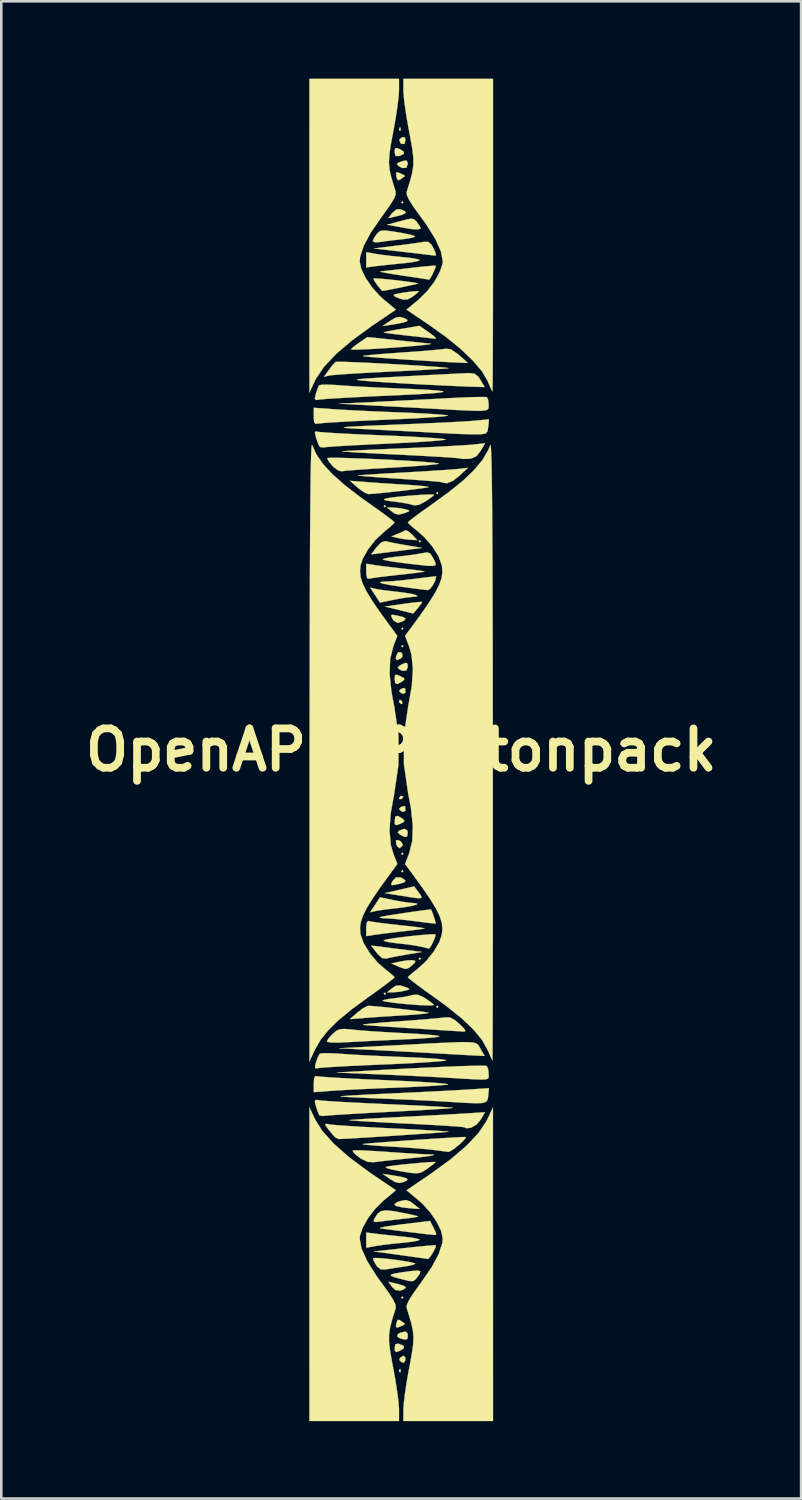
<source format=kicad_pcb>
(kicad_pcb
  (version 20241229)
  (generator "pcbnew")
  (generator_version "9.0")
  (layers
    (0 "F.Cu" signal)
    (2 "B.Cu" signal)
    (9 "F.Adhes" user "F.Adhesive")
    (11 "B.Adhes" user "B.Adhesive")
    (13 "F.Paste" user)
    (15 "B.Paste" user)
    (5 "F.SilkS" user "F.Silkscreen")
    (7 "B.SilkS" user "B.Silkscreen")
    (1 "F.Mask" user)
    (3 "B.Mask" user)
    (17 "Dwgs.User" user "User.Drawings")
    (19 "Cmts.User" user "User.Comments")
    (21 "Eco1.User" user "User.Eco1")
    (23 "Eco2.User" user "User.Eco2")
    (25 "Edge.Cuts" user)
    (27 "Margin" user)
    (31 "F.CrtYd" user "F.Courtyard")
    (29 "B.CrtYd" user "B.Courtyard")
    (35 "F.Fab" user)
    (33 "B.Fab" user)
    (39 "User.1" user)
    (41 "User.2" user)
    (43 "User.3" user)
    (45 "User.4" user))
  (footprint "OpenAPD_Photonpack"
    (layer "F.Cu")
    (at 12.49 25.998)
    (property "Reference" "OpenAPD_Photonpack" (at 0 0 0) (layer "F.SilkS") (effects (font (size 1.524 1.524) (thickness 0.3))))
    (attr through_hole)
    (fp_poly (pts (xy -0.593 -9.44) (xy -0.635 -9.398) (xy -0.677 -9.44) (xy -0.635 -9.483) (xy -0.593 -9.44)) (stroke (width 0.01) (type solid)) (fill yes) (layer "F.SilkS"))
    (fp_poly (pts (xy -0.593 9.44) (xy -0.635 9.483) (xy -0.677 9.44) (xy -0.635 9.398) (xy -0.593 9.44)) (stroke (width 0.01) (type solid)) (fill yes) (layer "F.SilkS"))
    (fp_poly (pts (xy 0.085 -21.209) (xy 0.042 -21.167) (xy 0 -21.209) (xy 0.042 -21.251) (xy 0.085 -21.209)) (stroke (width 0.01) (type solid)) (fill yes) (layer "F.SilkS"))
    (fp_poly (pts (xy 0.085 -4.699) (xy 0.042 -4.657) (xy 0 -4.699) (xy 0.042 -4.741) (xy 0.085 -4.699)) (stroke (width 0.01) (type solid)) (fill yes) (layer "F.SilkS"))
    (fp_poly (pts (xy 0.085 -4.022) (xy 0.042 -3.979) (xy 0 -4.022) (xy 0.042 -4.064) (xy 0.085 -4.022)) (stroke (width 0.01) (type solid)) (fill yes) (layer "F.SilkS"))
    (fp_poly (pts (xy 0.085 4.022) (xy 0.042 4.064) (xy 0 4.022) (xy 0.042 3.979) (xy 0.085 4.022)) (stroke (width 0.01) (type solid)) (fill yes) (layer "F.SilkS"))
    (fp_poly (pts (xy 0.085 4.699) (xy 0.042 4.741) (xy 0 4.699) (xy 0.042 4.657) (xy 0.085 4.699)) (stroke (width 0.01) (type solid)) (fill yes) (layer "F.SilkS"))
    (fp_poly (pts (xy 0.085 21.209) (xy 0.042 21.251) (xy 0 21.209) (xy 0.042 21.167) (xy 0.085 21.209)) (stroke (width 0.01) (type solid)) (fill yes) (layer "F.SilkS"))
    (fp_poly (pts (xy 0.762 -8.086) (xy 0.72 -8.043) (xy 0.677 -8.086) (xy 0.72 -8.128) (xy 0.762 -8.086)) (stroke (width 0.01) (type solid)) (fill yes) (layer "F.SilkS"))
    (fp_poly (pts (xy 0.762 8.086) (xy 0.72 8.128) (xy 0.677 8.086) (xy 0.72 8.043) (xy 0.762 8.086)) (stroke (width 0.01) (type solid)) (fill yes) (layer "F.SilkS"))
    (fp_poly (pts (xy 1.439 -9.948) (xy 1.397 -9.906) (xy 1.355 -9.948) (xy 1.397 -9.991) (xy 1.439 -9.948)) (stroke (width 0.01) (type solid)) (fill yes) (layer "F.SilkS"))
    (fp_poly (pts (xy 1.439 9.948) (xy 1.397 9.991) (xy 1.355 9.948) (xy 1.397 9.906) (xy 1.439 9.948)) (stroke (width 0.01) (type solid)) (fill yes) (layer "F.SilkS"))
    (fp_poly (pts (xy -0.028 -24.102) (xy -0.018 -24.001) (xy -0.028 -23.989) (xy -0.079 -24.001) (xy -0.085 -24.045) (xy -0.054 -24.115) (xy -0.028 -24.102)) (stroke (width 0.01) (type solid)) (fill yes) (layer "F.SilkS"))
    (fp_poly (pts (xy -0.028 23.989) (xy -0.018 24.089) (xy -0.028 24.102) (xy -0.079 24.09) (xy -0.085 24.045) (xy -0.054 23.976) (xy -0.028 23.989)) (stroke (width 0.01) (type solid)) (fill yes) (layer "F.SilkS"))
    (fp_poly (pts (xy 0.163 23.544) (xy 0.156 23.655) (xy 0.092 23.74) (xy 0.001 23.708) (xy -0.079 23.618) (xy -0.022 23.525) (xy 0.101 23.464) (xy 0.163 23.544)) (stroke (width 0.01) (type solid)) (fill yes) (layer "F.SilkS"))
    (fp_poly (pts (xy -0.119 20.687) (xy 0.115 20.758) (xy 0.181 20.829) (xy 0.08 20.901) (xy -0.042 20.942) (xy -0.226 20.92) (xy -0.354 20.795) (xy -0.496 20.6) (xy -0.119 20.687)) (stroke (width 0.01) (type solid)) (fill yes) (layer "F.SilkS"))
    (fp_poly (pts (xy -0.01 3.548) (xy 0.062 3.659) (xy 0.048 3.716) (xy -0.061 3.806) (xy -0.158 3.735) (xy -0.194 3.641) (xy -0.204 3.499) (xy -0.118 3.49) (xy -0.01 3.548)) (stroke (width 0.01) (type solid)) (fill yes) (layer "F.SilkS"))
    (fp_poly (pts (xy -0.007 -3.782) (xy 0.048 -3.716) (xy 0.04 -3.598) (xy -0.01 -3.548) (xy -0.163 -3.478) (xy -0.211 -3.537) (xy -0.194 -3.641) (xy -0.113 -3.79) (xy -0.007 -3.782)) (stroke (width 0.01) (type solid)) (fill yes) (layer "F.SilkS"))
    (fp_poly (pts (xy 0.025 -1.888) (xy 0.042 -1.863) (xy 0.036 -1.785) (xy 0.005 -1.778) (xy -0.081 -1.839) (xy -0.085 -1.863) (xy -0.056 -1.945) (xy -0.047 -1.947) (xy 0.025 -1.888)) (stroke (width 0.01) (type solid)) (fill yes) (layer "F.SilkS"))
    (fp_poly (pts (xy 0.082 1.807) (xy 0.085 1.815) (xy 0.025 1.888) (xy 0 1.905) (xy -0.078 1.898) (xy -0.085 1.868) (xy -0.023 1.781) (xy 0 1.778) (xy 0.082 1.807)) (stroke (width 0.01) (type solid)) (fill yes) (layer "F.SilkS"))
    (fp_poly (pts (xy 0.147 -23.724) (xy 0.169 -23.619) (xy 0.126 -23.474) (xy 0.02 -23.471) (xy -0.028 -23.509) (xy -0.079 -23.635) (xy 0.034 -23.734) (xy 0.042 -23.737) (xy 0.147 -23.724)) (stroke (width 0.01) (type solid)) (fill yes) (layer "F.SilkS"))
    (fp_poly (pts (xy 0.148 -20.867) (xy 0.172 -20.796) (xy 0.027 -20.725) (xy -0.119 -20.687) (xy -0.496 -20.6) (xy -0.354 -20.795) (xy -0.184 -20.94) (xy -0.042 -20.942) (xy 0.148 -20.867)) (stroke (width 0.01) (type solid)) (fill yes) (layer "F.SilkS"))
    (fp_poly (pts (xy 0.155 -2.368) (xy 0.162 -2.216) (xy 0.072 -2.173) (xy 0 -2.204) (xy -0.084 -2.282) (xy -0.016 -2.357) (xy 0 -2.368) (xy 0.124 -2.403) (xy 0.155 -2.368)) (stroke (width 0.01) (type solid)) (fill yes) (layer "F.SilkS"))
    (fp_poly (pts (xy 0.155 2.204) (xy 0.162 2.356) (xy 0.072 2.399) (xy 0 2.368) (xy -0.084 2.29) (xy -0.016 2.215) (xy 0 2.204) (xy 0.124 2.169) (xy 0.155 2.204)) (stroke (width 0.01) (type solid)) (fill yes) (layer "F.SilkS"))
    (fp_poly (pts (xy -0.083 23.005) (xy 0.094 23.081) (xy 0.103 23.172) (xy -0.045 23.269) (xy -0.196 23.322) (xy -0.249 23.267) (xy -0.254 23.162) (xy -0.225 23.016) (xy -0.114 22.998) (xy -0.083 23.005)) (stroke (width 0.01) (type solid)) (fill yes) (layer "F.SilkS"))
    (fp_poly (pts (xy -0.045 -23.269) (xy 0.107 -23.167) (xy 0.09 -23.077) (xy -0.083 -23.005) (xy -0.213 -23.005) (xy -0.253 -23.126) (xy -0.254 -23.162) (xy -0.238 -23.301) (xy -0.156 -23.314) (xy -0.045 -23.269)) (stroke (width 0.01) (type solid)) (fill yes) (layer "F.SilkS"))
    (fp_poly (pts (xy -0.035 -2.86) (xy 0.111 -2.782) (xy 0.115 -2.718) (xy 0.033 -2.65) (xy -0.143 -2.551) (xy -0.232 -2.59) (xy -0.254 -2.75) (xy -0.24 -2.893) (xy -0.163 -2.912) (xy -0.035 -2.86)) (stroke (width 0.01) (type solid)) (fill yes) (layer "F.SilkS"))
    (fp_poly (pts (xy 0.033 2.65) (xy 0.126 2.735) (xy 0.089 2.798) (xy -0.035 2.86) (xy -0.191 2.917) (xy -0.247 2.869) (xy -0.254 2.75) (xy -0.226 2.58) (xy -0.13 2.555) (xy 0.033 2.65)) (stroke (width 0.01) (type solid)) (fill yes) (layer "F.SilkS"))
    (fp_poly (pts (xy 0.233 3.115) (xy 0.254 3.217) (xy 0.228 3.355) (xy 0.129 3.368) (xy -0.031 3.29) (xy -0.134 3.205) (xy -0.089 3.134) (xy -0.074 3.124) (xy 0.118 3.052) (xy 0.233 3.115)) (stroke (width 0.01) (type solid)) (fill yes) (layer "F.SilkS"))
    (fp_poly (pts (xy 0.238 -3.351) (xy 0.254 -3.217) (xy 0.2 -3.076) (xy 0.053 -3.064) (xy -0.075 -3.125) (xy -0.136 -3.196) (xy -0.051 -3.274) (xy -0.017 -3.293) (xy 0.161 -3.374) (xy 0.238 -3.351)) (stroke (width 0.01) (type solid)) (fill yes) (layer "F.SilkS"))
    (fp_poly (pts (xy 0.253 -22.734) (xy 0.254 -22.696) (xy 0.201 -22.551) (xy 0.055 -22.537) (xy -0.082 -22.603) (xy -0.168 -22.681) (xy -0.117 -22.746) (xy 0.064 -22.813) (xy 0.208 -22.83) (xy 0.253 -22.734)) (stroke (width 0.01) (type solid)) (fill yes) (layer "F.SilkS"))
    (fp_poly (pts (xy 0.677 5.521) (xy 0.761 5.638) (xy 0.791 5.711) (xy 0.742 5.743) (xy 0.593 5.738) (xy 0.319 5.699) (xy -0.042 5.641) (xy -0.635 5.546) (xy 0.502 5.284) (xy 0.677 5.521)) (stroke (width 0.01) (type solid)) (fill yes) (layer "F.SilkS"))
    (fp_poly (pts (xy -0.581 -8.082) (xy -0.422 -8.044) (xy -0.153 -7.99) (xy 0.171 -7.932) (xy 0.19 -7.929) (xy 0.804 -7.825) (xy -1.163 -7.576) (xy -0.951 -7.854) (xy -0.77 -8.043) (xy -0.616 -8.09) (xy -0.581 -8.082)) (stroke (width 0.01) (type solid)) (fill yes) (layer "F.SilkS"))
    (fp_poly (pts (xy -0.339 16.477) (xy 0.011 16.537) (xy 0.203 16.591) (xy 0.25 16.645) (xy 0.163 16.707) (xy 0.102 16.732) (xy -0.08 16.775) (xy -0.247 16.732) (xy -0.428 16.62) (xy -0.72 16.419) (xy -0.339 16.477)) (stroke (width 0.01) (type solid)) (fill yes) (layer "F.SilkS"))
    (fp_poly (pts (xy -0.061 22.08) (xy -0.011 22.114) (xy 0.111 22.204) (xy 0.149 22.23) (xy 0.099 22.267) (xy -0.029 22.33) (xy -0.17 22.38) (xy -0.204 22.32) (xy -0.188 22.215) (xy -0.142 22.075) (xy -0.061 22.08)) (stroke (width 0.01) (type solid)) (fill yes) (layer "F.SilkS"))
    (fp_poly (pts (xy -0.029 -22.33) (xy 0.111 -22.26) (xy 0.149 -22.23) (xy 0.072 -22.177) (xy -0.011 -22.114) (xy -0.118 -22.061) (xy -0.172 -22.143) (xy -0.188 -22.215) (xy -0.201 -22.358) (xy -0.131 -22.373) (xy -0.029 -22.33)) (stroke (width 0.01) (type solid)) (fill yes) (layer "F.SilkS"))
    (fp_poly (pts (xy 0.102 -16.732) (xy 0.233 -16.666) (xy 0.236 -16.61) (xy 0.096 -16.557) (xy -0.196 -16.5) (xy -0.339 -16.477) (xy -0.72 -16.419) (xy -0.428 -16.62) (xy -0.216 -16.746) (xy -0.051 -16.773) (xy 0.102 -16.732)) (stroke (width 0.01) (type solid)) (fill yes) (layer "F.SilkS"))
    (fp_poly (pts (xy 0.242 22.589) (xy 0.254 22.691) (xy 0.24 22.811) (xy 0.166 22.841) (xy -0.019 22.802) (xy -0.021 22.802) (xy -0.155 22.723) (xy -0.128 22.625) (xy -0.035 22.573) (xy 0.157 22.526) (xy 0.242 22.589)) (stroke (width 0.01) (type solid)) (fill yes) (layer "F.SilkS"))
    (fp_poly (pts (xy 0.811 -5.736) (xy 0.777 -5.665) (xy 0.665 -5.52) (xy 0.649 -5.5) (xy 0.466 -5.285) (xy -0.635 -5.555) (xy 0.078 -5.656) (xy 0.403 -5.7) (xy 0.655 -5.728) (xy 0.795 -5.738) (xy 0.811 -5.736)) (stroke (width 0.01) (type solid)) (fill yes) (layer "F.SilkS"))
    (fp_poly (pts (xy -0.296 -9.387) (xy -0.029 -9.362) (xy 0.169 -9.321) (xy 0.304 -9.278) (xy 0.303 -9.241) (xy 0.156 -9.183) (xy 0.109 -9.166) (xy -0.103 -9.114) (xy -0.258 -9.158) (xy -0.357 -9.231) (xy -0.55 -9.392) (xy -0.296 -9.387)) (stroke (width 0.01) (type solid)) (fill yes) (layer "F.SilkS"))
    (fp_poly (pts (xy -0.179 7.701) (xy 0.804 7.825) (xy 0.19 7.929) (xy -0.135 7.987) (xy -0.409 8.041) (xy -0.576 8.08) (xy -0.581 8.082) (xy -0.733 8.066) (xy -0.906 7.911) (xy -0.951 7.854) (xy -1.163 7.576) (xy -0.179 7.701)) (stroke (width 0.01) (type solid)) (fill yes) (layer "F.SilkS"))
    (fp_poly (pts (xy -0.172 -5.209) (xy -0.156 -5.205) (xy 0.081 -5.145) (xy 0.168 -5.088) (xy 0.122 -5.019) (xy 0.082 -4.992) (xy -0.127 -4.917) (xy -0.285 -5) (xy -0.343 -5.088) (xy -0.394 -5.205) (xy -0.348 -5.238) (xy -0.172 -5.209)) (stroke (width 0.01) (type solid)) (fill yes) (layer "F.SilkS"))
    (fp_poly (pts (xy -0.018 4.94) (xy 0.082 4.992) (xy 0.167 5.068) (xy 0.125 5.127) (xy -0.061 5.184) (xy -0.156 5.205) (xy -0.341 5.238) (xy -0.394 5.209) (xy -0.349 5.099) (xy -0.343 5.088) (xy -0.202 4.934) (xy -0.018 4.94)) (stroke (width 0.01) (type solid)) (fill yes) (layer "F.SilkS"))
    (fp_poly (pts (xy 0.109 9.166) (xy 0.286 9.232) (xy 0.315 9.271) (xy 0.206 9.311) (xy 0.169 9.321) (xy -0.08 9.369) (xy -0.296 9.387) (xy -0.55 9.392) (xy -0.357 9.231) (xy -0.194 9.127) (xy -0.026 9.125) (xy 0.109 9.166)) (stroke (width 0.01) (type solid)) (fill yes) (layer "F.SilkS"))
    (fp_poly (pts (xy 0.261 -8.479) (xy 0.406 -8.357) (xy 0.426 -8.337) (xy 0.622 -8.128) (xy 0.375 -8.138) (xy 0.098 -8.167) (xy -0.127 -8.209) (xy -0.381 -8.27) (xy -0.136 -8.371) (xy 0.055 -8.453) (xy 0.169 -8.509) (xy 0.261 -8.479)) (stroke (width 0.01) (type solid)) (fill yes) (layer "F.SilkS"))
    (fp_poly (pts (xy 0.331 17.48) (xy 0.476 17.584) (xy 0.72 17.779) (xy 0.508 17.767) (xy 0.26 17.745) (xy 0.042 17.718) (xy -0.195 17.665) (xy -0.266 17.598) (xy -0.17 17.521) (xy -0.051 17.477) (xy 0.164 17.433) (xy 0.331 17.48)) (stroke (width 0.01) (type solid)) (fill yes) (layer "F.SilkS"))
    (fp_poly (pts (xy 0.452 8.146) (xy 0.547 8.174) (xy 0.525 8.239) (xy 0.41 8.35) (xy 0.267 8.462) (xy 0.141 8.481) (xy -0.046 8.416) (xy -0.085 8.4) (xy -0.381 8.271) (xy -0.042 8.196) (xy 0.214 8.154) (xy 0.42 8.143) (xy 0.452 8.146)) (stroke (width 0.01) (type solid)) (fill yes) (layer "F.SilkS"))
    (fp_poly (pts (xy -0.305 5.815) (xy 0.018 5.875) (xy 0.312 5.917) (xy 0.466 5.93) (xy 0.616 5.947) (xy 0.618 5.98) (xy 0.493 6.023) (xy 0.262 6.071) (xy -0.057 6.116) (xy -0.212 6.133) (xy -0.541 6.171) (xy -0.828 6.21) (xy -1.003 6.241) (xy -1.202 6.288) (xy -0.821 5.707) (xy -0.305 5.815)) (stroke (width 0.01) (type solid)) (fill yes) (layer "F.SilkS"))
    (fp_poly (pts (xy 0.677 -17.762) (xy 0.616 -17.694) (xy 0.466 -17.576) (xy 0.445 -17.56) (xy 0.256 -17.452) (xy 0.079 -17.445) (xy -0.076 -17.489) (xy -0.243 -17.562) (xy -0.297 -17.621) (xy -0.288 -17.631) (xy -0.171 -17.666) (xy 0.038 -17.706) (xy 0.282 -17.742) (xy 0.504 -17.766) (xy 0.65 -17.771) (xy 0.677 -17.762)) (stroke (width 0.01) (type solid)) (fill yes) (layer "F.SilkS"))
    (fp_poly (pts (xy 0.739 20.19) (xy 0.721 20.287) (xy 0.614 20.436) (xy 0.525 20.535) (xy 0.433 20.577) (xy 0.288 20.566) (xy 0.041 20.505) (xy -0.042 20.483) (xy -0.28 20.415) (xy -0.401 20.363) (xy -0.394 20.321) (xy -0.248 20.279) (xy 0.047 20.23) (xy 0.36 20.187) (xy 0.624 20.161) (xy 0.739 20.19)) (stroke (width 0.01) (type solid)) (fill yes) (layer "F.SilkS"))
    (fp_poly (pts (xy -1.003 -6.241) (xy -0.819 -6.208) (xy -0.53 -6.169) (xy -0.212 -6.133) (xy 0.137 -6.09) (xy 0.408 -6.043) (xy 0.58 -5.997) (xy 0.634 -5.959) (xy 0.548 -5.935) (xy 0.466 -5.93) (xy 0.243 -5.909) (xy -0.065 -5.861) (xy -0.305 -5.815) (xy -0.821 -5.707) (xy -1.011 -5.997) (xy -1.202 -6.288) (xy -1.003 -6.241)) (stroke (width 0.01) (type solid)) (fill yes) (layer "F.SilkS"))
    (fp_poly (pts (xy 0.504 -20.551) (xy 0.588 -20.467) (xy 0.614 -20.436) (xy 0.722 -20.284) (xy 0.762 -20.201) (xy 0.689 -20.167) (xy 0.51 -20.164) (xy 0.287 -20.191) (xy 0.254 -20.197) (xy 0.092 -20.229) (xy -0.151 -20.272) (xy -0.212 -20.283) (xy -0.55 -20.342) (xy -0.042 -20.481) (xy 0.237 -20.554) (xy 0.403 -20.579) (xy 0.504 -20.551)) (stroke (width 0.01) (type solid)) (fill yes) (layer "F.SilkS"))
    (fp_poly (pts (xy 1.167 -19.578) (xy 1.227 -19.475) (xy 1.329 -19.26) (xy 1.347 -19.161) (xy 1.291 -19.148) (xy 1.188 -19.161) (xy 0.949 -19.191) (xy 0.608 -19.231) (xy 0.197 -19.279) (xy 0.085 -19.292) (xy -1.058 -19.423) (xy -0.212 -19.529) (xy 0.176 -19.579) (xy 0.522 -19.626) (xy 0.779 -19.664) (xy 0.867 -19.679) (xy 1.046 -19.682) (xy 1.167 -19.578)) (stroke (width 0.01) (type solid)) (fill yes) (layer "F.SilkS"))
    (fp_poly (pts (xy 1.34 19.184) (xy 1.329 19.265) (xy 1.256 19.421) (xy 1.156 19.587) (xy 1.066 19.699) (xy 1.035 19.715) (xy 0.932 19.7) (xy 0.696 19.667) (xy 0.362 19.62) (xy -0.036 19.565) (xy -0.042 19.564) (xy -1.058 19.425) (xy 0.127 19.295) (xy 0.555 19.249) (xy 0.918 19.213) (xy 1.185 19.19) (xy 1.326 19.182) (xy 1.34 19.184)) (stroke (width 0.01) (type solid)) (fill yes) (layer "F.SilkS"))
    (fp_poly (pts (xy -0.995 -19.215) (xy -0.733 -19.176) (xy -0.374 -19.132) (xy 0.01 -19.093) (xy 0.062 -19.089) (xy 0.375 -19.054) (xy 0.606 -19.015) (xy 0.717 -18.978) (xy 0.721 -18.967) (xy 0.624 -18.93) (xy 0.403 -18.889) (xy 0.104 -18.853) (xy 0.066 -18.85) (xy -0.312 -18.813) (xy -0.688 -18.773) (xy -0.953 -18.742) (xy -1.355 -18.69) (xy -1.355 -19.282) (xy -0.995 -19.215)) (stroke (width 0.01) (type solid)) (fill yes) (layer "F.SilkS"))
    (fp_poly (pts (xy -0.953 18.742) (xy -0.654 18.777) (xy -0.274 18.817) (xy 0.066 18.85) (xy 0.371 18.885) (xy 0.603 18.925) (xy 0.717 18.963) (xy 0.721 18.967) (xy 0.661 19.002) (xy 0.469 19.041) (xy 0.181 19.077) (xy 0.062 19.089) (xy -0.32 19.126) (xy -0.687 19.17) (xy -0.967 19.21) (xy -0.995 19.215) (xy -1.355 19.282) (xy -1.355 18.69) (xy -0.953 18.742)) (stroke (width 0.01) (type solid)) (fill yes) (layer "F.SilkS"))
    (fp_poly (pts (xy 1.031 -16.203) (xy 1.261 -16.035) (xy 1.35 -15.945) (xy 1.305 -15.927) (xy 1.291 -15.929) (xy 1.186 -15.943) (xy 0.949 -15.97) (xy 0.618 -16.008) (xy 0.296 -16.043) (xy -0.082 -16.086) (xy -0.395 -16.125) (xy -0.606 -16.153) (xy -0.677 -16.167) (xy -0.62 -16.19) (xy -0.431 -16.231) (xy -0.145 -16.284) (xy -0.006 -16.308) (xy 0.707 -16.428) (xy 1.031 -16.203)) (stroke (width 0.01) (type solid)) (fill yes) (layer "F.SilkS"))
    (fp_poly (pts (xy -0.321 17.86) (xy -0.041 17.91) (xy 0.273 17.973) (xy 0.515 18.026) (xy 0.644 18.062) (xy 0.654 18.067) (xy 0.593 18.09) (xy 0.405 18.121) (xy 0.151 18.152) (xy -0.206 18.192) (xy -0.56 18.234) (xy -0.75 18.259) (xy -0.974 18.284) (xy -1.065 18.268) (xy -1.056 18.197) (xy -1.029 18.144) (xy -0.917 17.966) (xy -0.788 17.866) (xy -0.602 17.833) (xy -0.321 17.86)) (stroke (width 0.01) (type solid)) (fill yes) (layer "F.SilkS"))
    (fp_poly (pts (xy -0.781 19.687) (xy -0.496 19.715) (xy -0.18 19.754) (xy 0.123 19.799) (xy 0.371 19.843) (xy 0.522 19.881) (xy 0.548 19.9) (xy 0.45 19.944) (xy 0.239 19.991) (xy 0.075 20.017) (xy -0.23 20.06) (xy -0.503 20.105) (xy -0.597 20.122) (xy -0.79 20.124) (xy -0.932 20.009) (xy -0.977 19.945) (xy -1.068 19.781) (xy -1.089 19.688) (xy -1.088 19.686) (xy -0.992 19.676) (xy -0.781 19.687)) (stroke (width 0.01) (type solid)) (fill yes) (layer "F.SilkS"))
    (fp_poly (pts (xy 1.235 18.472) (xy 1.32 18.649) (xy 1.355 18.749) (xy 1.354 18.77) (xy 1.334 18.782) (xy 1.268 18.783) (xy 1.13 18.771) (xy 0.893 18.745) (xy 0.531 18.701) (xy 0.232 18.665) (xy -0.156 18.617) (xy -0.491 18.573) (xy -0.732 18.54) (xy -0.826 18.526) (xy -0.805 18.506) (xy -0.642 18.471) (xy -0.362 18.427) (xy 0.006 18.377) (xy 0.071 18.369) (xy 1.116 18.242) (xy 1.235 18.472)) (stroke (width 0.01) (type solid)) (fill yes) (layer "F.SilkS"))
    (fp_poly (pts (xy -0.758 -18.249) (xy -0.441 -18.22) (xy -0.18 -18.192) (xy 0.174 -18.149) (xy 0.451 -18.11) (xy 0.619 -18.079) (xy 0.653 -18.066) (xy 0.568 -18.042) (xy 0.365 -17.996) (xy 0.092 -17.938) (xy -0.203 -17.877) (xy -0.472 -17.824) (xy -0.666 -17.789) (xy -0.735 -17.78) (xy -0.791 -17.839) (xy -0.909 -17.983) (xy -0.926 -18.005) (xy -1.037 -18.164) (xy -1.075 -18.256) (xy -1.073 -18.26) (xy -0.981 -18.263) (xy -0.758 -18.249)) (stroke (width 0.01) (type solid)) (fill yes) (layer "F.SilkS"))
    (fp_poly (pts (xy -0.371 -20.09) (xy -0.169 -20.058) (xy 0.145 -20.002) (xy 0.392 -19.947) (xy 0.526 -19.902) (xy 0.534 -19.897) (xy 0.492 -19.86) (xy 0.318 -19.818) (xy 0.049 -19.782) (xy 0.026 -19.779) (xy -0.317 -19.742) (xy -0.632 -19.703) (xy -0.826 -19.673) (xy -1.019 -19.661) (xy -1.1 -19.704) (xy -1.101 -19.709) (xy -1.052 -19.832) (xy -0.952 -19.976) (xy -0.868 -20.068) (xy -0.772 -20.114) (xy -0.62 -20.12) (xy -0.371 -20.09)) (stroke (width 0.01) (type solid)) (fill yes) (layer "F.SilkS"))
    (fp_poly (pts (xy 0.863 9.577) (xy 0.951 9.633) (xy 1.142 9.765) (xy 1.256 9.856) (xy 1.27 9.875) (xy 1.191 9.894) (xy 0.974 9.895) (xy 0.649 9.88) (xy 0.246 9.849) (xy -0.069 9.818) (xy -0.375 9.781) (xy -0.609 9.745) (xy -0.724 9.717) (xy -0.728 9.714) (xy -0.673 9.685) (xy -0.491 9.648) (xy -0.251 9.616) (xy 0.058 9.574) (xy 0.322 9.524) (xy 0.449 9.49) (xy 0.632 9.477) (xy 0.863 9.577)) (stroke (width 0.01) (type solid)) (fill yes) (layer "F.SilkS"))
    (fp_poly (pts (xy 1.249 -9.891) (xy 1.27 -9.883) (xy 1.206 -9.817) (xy 1.044 -9.696) (xy 0.951 -9.633) (xy 0.696 -9.496) (xy 0.503 -9.475) (xy 0.449 -9.49) (xy 0.268 -9.535) (xy -0.013 -9.585) (xy -0.269 -9.619) (xy -0.544 -9.655) (xy -0.665 -9.687) (xy -0.648 -9.72) (xy -0.586 -9.74) (xy -0.414 -9.771) (xy -0.144 -9.805) (xy 0.184 -9.837) (xy 0.528 -9.865) (xy 0.847 -9.886) (xy 1.101 -9.895) (xy 1.249 -9.891)) (stroke (width 0.01) (type solid)) (fill yes) (layer "F.SilkS"))
    (fp_poly (pts (xy 1.335 15.961) (xy 1.286 16.013) (xy 1.137 16.128) (xy 1.034 16.201) (xy 0.873 16.31) (xy 0.744 16.375) (xy 0.603 16.399) (xy 0.407 16.387) (xy 0.113 16.342) (xy -0.127 16.3) (xy -0.396 16.245) (xy -0.564 16.192) (xy -0.601 16.152) (xy -0.593 16.148) (xy -0.472 16.124) (xy -0.233 16.092) (xy 0.082 16.056) (xy 0.432 16.021) (xy 0.775 15.99) (xy 1.067 15.967) (xy 1.268 15.957) (xy 1.335 15.961)) (stroke (width 0.01) (type solid)) (fill yes) (layer "F.SilkS"))
    (fp_poly (pts (xy -1.397 -10.379) (xy -1.054 -10.354) (xy -0.61 -10.324) (xy -0.134 -10.293) (xy 0.15 -10.276) (xy 0.524 -10.251) (xy 0.823 -10.224) (xy 1.013 -10.2) (xy 1.066 -10.181) (xy 0.975 -10.161) (xy 0.753 -10.128) (xy 0.438 -10.087) (xy 0.068 -10.042) (xy -0.321 -9.998) (xy -0.69 -9.959) (xy -1.002 -9.929) (xy -1.219 -9.913) (xy -1.27 -9.911) (xy -1.407 -9.963) (xy -1.604 -10.095) (xy -1.693 -10.168) (xy -1.99 -10.426) (xy -1.397 -10.379)) (stroke (width 0.01) (type solid)) (fill yes) (layer "F.SilkS"))
    (fp_poly (pts (xy -1.235 6.632) (xy -1.108 6.658) (xy -0.85 6.695) (xy -0.498 6.738) (xy -0.093 6.783) (xy 0.297 6.825) (xy 0.614 6.863) (xy 0.827 6.894) (xy 0.905 6.912) (xy 0.905 6.913) (xy 0.816 6.932) (xy 0.596 6.963) (xy 0.284 7.001) (xy 0.08 7.024) (xy -0.312 7.069) (xy -0.678 7.113) (xy -0.959 7.15) (xy -1.037 7.161) (xy -1.355 7.212) (xy -1.355 6.899) (xy -1.338 6.691) (xy -1.279 6.623) (xy -1.235 6.632)) (stroke (width 0.01) (type solid)) (fill yes) (layer "F.SilkS"))
    (fp_poly (pts (xy -1.101 9.92) (xy -0.823 9.945) (xy -0.472 9.981) (xy -0.087 10.024) (xy 0.295 10.069) (xy 0.637 10.112) (xy 0.9 10.149) (xy 1.048 10.175) (xy 1.066 10.181) (xy 1.003 10.201) (xy 0.803 10.226) (xy 0.497 10.253) (xy 0.15 10.276) (xy -0.312 10.304) (xy -0.784 10.335) (xy -1.198 10.364) (xy -1.397 10.379) (xy -1.99 10.426) (xy -1.693 10.168) (xy -1.489 10.013) (xy -1.318 9.921) (xy -1.27 9.911) (xy -1.101 9.92)) (stroke (width 0.01) (type solid)) (fill yes) (layer "F.SilkS"))
    (fp_poly (pts (xy -1.037 -7.161) (xy -0.81 -7.13) (xy -0.472 -7.088) (xy -0.084 -7.042) (xy 0.08 -7.024) (xy 0.428 -6.984) (xy 0.704 -6.948) (xy 0.872 -6.922) (xy 0.905 -6.913) (xy 0.836 -6.895) (xy 0.629 -6.865) (xy 0.317 -6.827) (xy -0.069 -6.785) (xy -0.093 -6.783) (xy -0.5 -6.738) (xy -0.852 -6.695) (xy -1.109 -6.658) (xy -1.235 -6.632) (xy -1.317 -6.645) (xy -1.351 -6.786) (xy -1.355 -6.899) (xy -1.355 -7.212) (xy -1.037 -7.161)) (stroke (width 0.01) (type solid)) (fill yes) (layer "F.SilkS"))
    (fp_poly (pts (xy -0.169 -15.872) (xy 0.266 -15.826) (xy 0.652 -15.786) (xy 0.95 -15.755) (xy 1.125 -15.739) (xy 1.143 -15.737) (xy 1.147 -15.724) (xy 1.01 -15.701) (xy 0.759 -15.672) (xy 0.654 -15.661) (xy 0.199 -15.621) (xy -0.277 -15.585) (xy -0.745 -15.553) (xy -1.174 -15.528) (xy -1.535 -15.512) (xy -1.799 -15.505) (xy -1.935 -15.511) (xy -1.947 -15.516) (xy -1.884 -15.583) (xy -1.724 -15.708) (xy -1.63 -15.774) (xy -1.312 -15.993) (xy -0.169 -15.872)) (stroke (width 0.01) (type solid)) (fill yes) (layer "F.SilkS"))
    (fp_poly (pts (xy 1.313 -6.549) (xy 1.214 -6.36) (xy 1.099 -6.222) (xy 1.029 -6.191) (xy 0.888 -6.206) (xy 0.624 -6.239) (xy 0.279 -6.284) (xy 0.052 -6.315) (xy -0.396 -6.381) (xy -0.687 -6.436) (xy -0.818 -6.479) (xy -0.787 -6.509) (xy -0.59 -6.524) (xy -0.543 -6.525) (xy -0.308 -6.539) (xy 0.035 -6.571) (xy 0.424 -6.615) (xy 0.572 -6.634) (xy 0.911 -6.677) (xy 1.176 -6.709) (xy 1.33 -6.725) (xy 1.355 -6.725) (xy 1.313 -6.549)) (stroke (width 0.01) (type solid)) (fill yes) (layer "F.SilkS"))
    (fp_poly (pts (xy 1.125 -7.609) (xy 1.222 -7.462) (xy 1.23 -7.446) (xy 1.303 -7.306) (xy 1.34 -7.208) (xy 1.319 -7.15) (xy 1.217 -7.127) (xy 1.015 -7.134) (xy 0.689 -7.168) (xy 0.219 -7.223) (xy 0.153 -7.231) (xy -0.203 -7.278) (xy -0.492 -7.323) (xy -0.676 -7.362) (xy -0.719 -7.379) (xy -0.667 -7.411) (xy -0.483 -7.447) (xy -0.205 -7.483) (xy -0.144 -7.489) (xy 0.216 -7.528) (xy 0.554 -7.575) (xy 0.794 -7.618) (xy 1.005 -7.652) (xy 1.125 -7.609)) (stroke (width 0.01) (type solid)) (fill yes) (layer "F.SilkS"))
    (fp_poly (pts (xy 1.333 7.147) (xy 1.319 7.229) (xy 1.255 7.389) (xy 1.173 7.561) (xy 1.101 7.679) (xy 1.077 7.696) (xy 0.991 7.673) (xy 0.803 7.627) (xy 0.762 7.617) (xy 0.526 7.574) (xy 0.194 7.527) (xy -0.16 7.488) (xy -0.441 7.453) (xy -0.625 7.412) (xy -0.678 7.375) (xy -0.668 7.367) (xy -0.543 7.335) (xy -0.3 7.295) (xy 0.02 7.252) (xy 0.376 7.21) (xy 0.726 7.174) (xy 1.03 7.149) (xy 1.246 7.138) (xy 1.333 7.147)) (stroke (width 0.01) (type solid)) (fill yes) (layer "F.SilkS"))
    (fp_poly (pts (xy 1.34 -18.754) (xy 1.323 -18.675) (xy 1.256 -18.518) (xy 1.172 -18.349) (xy 1.1 -18.233) (xy 1.077 -18.215) (xy 0.991 -18.231) (xy 0.771 -18.266) (xy 0.448 -18.315) (xy 0.058 -18.372) (xy 0.042 -18.374) (xy -0.329 -18.431) (xy -0.612 -18.48) (xy -0.781 -18.516) (xy -0.811 -18.535) (xy -0.804 -18.535) (xy -0.655 -18.551) (xy -0.379 -18.582) (xy -0.017 -18.623) (xy 0.339 -18.665) (xy 0.724 -18.709) (xy 1.042 -18.74) (xy 1.259 -18.756) (xy 1.34 -18.754)) (stroke (width 0.01) (type solid)) (fill yes) (layer "F.SilkS"))
    (fp_poly (pts (xy 1.188 6.249) (xy 1.248 6.408) (xy 1.305 6.584) (xy 1.335 6.707) (xy 1.334 6.726) (xy 1.246 6.72) (xy 1.03 6.696) (xy 0.722 6.657) (xy 0.55 6.634) (xy 0.163 6.587) (xy -0.201 6.549) (xy -0.48 6.528) (xy -0.543 6.526) (xy -0.741 6.512) (xy -0.833 6.487) (xy -0.832 6.477) (xy -0.744 6.455) (xy -0.528 6.417) (xy -0.226 6.368) (xy 0.122 6.315) (xy 0.475 6.263) (xy 0.792 6.22) (xy 1.033 6.19) (xy 1.151 6.181) (xy 1.188 6.249)) (stroke (width 0.01) (type solid)) (fill yes) (layer "F.SilkS"))
    (fp_poly (pts (xy -1.503 15.511) (xy -1.147 15.529) (xy -0.72 15.556) (xy -0.504 15.571) (xy -0.035 15.604) (xy 0.394 15.631) (xy 0.744 15.652) (xy 0.979 15.662) (xy 1.032 15.663) (xy 1.232 15.67) (xy 1.272 15.688) (xy 1.16 15.717) (xy 0.904 15.755) (xy 0.512 15.799) (xy 0.212 15.829) (xy -0.211 15.871) (xy -0.595 15.911) (xy -0.894 15.945) (xy -1.058 15.967) (xy -1.292 15.958) (xy -1.546 15.838) (xy -1.637 15.775) (xy -1.807 15.635) (xy -1.88 15.535) (xy -1.867 15.51) (xy -1.753 15.505) (xy -1.503 15.511)) (stroke (width 0.01) (type solid)) (fill yes) (layer "F.SilkS"))
    (fp_poly (pts (xy 2.709 11.324) (xy 2.844 11.345) (xy 2.93 11.38) (xy 2.984 11.428) (xy 3.024 11.491) (xy 3.067 11.57) (xy 3.071 11.578) (xy 3.233 11.853) (xy 2.95 11.841) (xy 2.764 11.831) (xy 2.448 11.814) (xy 2.042 11.791) (xy 1.586 11.765) (xy 1.439 11.757) (xy 0.871 11.724) (xy 0.212 11.688) (xy -0.459 11.653) (xy -1.061 11.622) (xy -1.101 11.62) (xy -2.413 11.554) (xy -0.085 11.432) (xy 0.704 11.39) (xy 1.34 11.357) (xy 1.841 11.333) (xy 2.225 11.319) (xy 2.509 11.316) (xy 2.709 11.324)) (stroke (width 0.01) (type solid)) (fill yes) (layer "F.SilkS"))
    (fp_poly (pts (xy 1.919 -15.518) (xy 2.165 -15.358) (xy 2.245 -15.291) (xy 2.582 -14.993) (xy 2.244 -15.002) (xy 2.054 -15.01) (xy 1.728 -15.027) (xy 1.299 -15.052) (xy 0.799 -15.082) (xy 0.26 -15.115) (xy 0.227 -15.118) (xy -0.288 -15.152) (xy -0.742 -15.185) (xy -1.11 -15.215) (xy -1.365 -15.239) (xy -1.481 -15.256) (xy -1.485 -15.258) (xy -1.416 -15.274) (xy -1.204 -15.297) (xy -0.874 -15.327) (xy -0.452 -15.36) (xy 0.024 -15.394) (xy 0.528 -15.429) (xy 0.983 -15.464) (xy 1.357 -15.497) (xy 1.62 -15.524) (xy 1.737 -15.542) (xy 1.919 -15.518)) (stroke (width 0.01) (type solid)) (fill yes) (layer "F.SilkS"))
    (fp_poly (pts (xy 3.282 12.234) (xy 3.311 12.24) (xy 3.365 12.35) (xy 3.387 12.536) (xy 3.39 12.626) (xy 3.387 12.692) (xy 3.353 12.736) (xy 3.267 12.76) (xy 3.107 12.767) (xy 2.849 12.758) (xy 2.472 12.737) (xy 1.953 12.705) (xy 1.82 12.697) (xy 1.393 12.673) (xy 0.848 12.645) (xy 0.237 12.615) (xy -0.389 12.586) (xy -0.847 12.566) (xy -2.498 12.495) (xy -1.439 12.433) (xy -0.542 12.382) (xy 0.298 12.338) (xy 1.065 12.3) (xy 1.744 12.269) (xy 2.32 12.247) (xy 2.778 12.233) (xy 3.104 12.229) (xy 3.282 12.234)) (stroke (width 0.01) (type solid)) (fill yes) (layer "F.SilkS"))
    (fp_poly (pts (xy 3.244 -13.671) (xy 3.319 -13.663) (xy 3.368 -13.557) (xy 3.387 -13.372) (xy 3.388 -13.288) (xy 3.378 -13.224) (xy 3.337 -13.178) (xy 3.247 -13.15) (xy 3.088 -13.136) (xy 2.839 -13.137) (xy 2.483 -13.151) (xy 1.999 -13.175) (xy 1.368 -13.21) (xy 1.27 -13.215) (xy 0.681 -13.247) (xy 0.01 -13.283) (xy -0.657 -13.319) (xy -1.185 -13.347) (xy -2.413 -13.412) (xy -1.058 -13.477) (xy -0.47 -13.506) (xy 0.214 -13.541) (xy 0.921 -13.577) (xy 1.578 -13.612) (xy 1.774 -13.623) (xy 2.259 -13.647) (xy 2.684 -13.664) (xy 3.022 -13.672) (xy 3.244 -13.671)) (stroke (width 0.01) (type solid)) (fill yes) (layer "F.SilkS"))
    (fp_poly (pts (xy 3.079 14.319) (xy 2.918 14.507) (xy 2.717 14.628) (xy 2.533 14.656) (xy 2.452 14.617) (xy 2.36 14.603) (xy 2.122 14.583) (xy 1.76 14.558) (xy 1.297 14.53) (xy 0.754 14.5) (xy 0.19 14.472) (xy -0.401 14.443) (xy -0.932 14.414) (xy -1.379 14.389) (xy -1.722 14.367) (xy -1.938 14.35) (xy -2.006 14.339) (xy -1.918 14.328) (xy -1.686 14.31) (xy -1.336 14.287) (xy -0.893 14.262) (xy -0.383 14.235) (xy -0.249 14.228) (xy 0.347 14.198) (xy 0.954 14.167) (xy 1.525 14.136) (xy 2.015 14.109) (xy 2.364 14.088) (xy 3.246 14.032) (xy 3.079 14.319)) (stroke (width 0.01) (type solid)) (fill yes) (layer "F.SilkS"))
    (fp_poly (pts (xy -2.201 -15.032) (xy -1.85 -15.02) (xy -1.413 -15.001) (xy -0.918 -14.977) (xy -0.394 -14.949) (xy 0.132 -14.919) (xy 0.634 -14.889) (xy 1.081 -14.859) (xy 1.448 -14.832) (xy 1.707 -14.809) (xy 1.829 -14.791) (xy 1.835 -14.788) (xy 1.761 -14.777) (xy 1.54 -14.761) (xy 1.193 -14.739) (xy 0.742 -14.713) (xy 0.209 -14.685) (xy -0.361 -14.657) (xy -0.968 -14.627) (xy -1.527 -14.597) (xy -2.014 -14.567) (xy -2.404 -14.54) (xy -2.672 -14.517) (xy -2.788 -14.502) (xy -2.993 -14.452) (xy -2.805 -14.717) (xy -2.663 -14.901) (xy -2.552 -15.019) (xy -2.538 -15.03) (xy -2.44 -15.036) (xy -2.201 -15.032)) (stroke (width 0.01) (type solid)) (fill yes) (layer "F.SilkS"))
    (fp_poly (pts (xy -2.164 -11.309) (xy -1.7 -11.294) (xy -1.16 -11.273) (xy -0.643 -11.25) (xy -0.062 -11.219) (xy 0.456 -11.188) (xy 0.889 -11.158) (xy 1.214 -11.13) (xy 1.412 -11.105) (xy 1.462 -11.088) (xy 1.362 -11.067) (xy 1.118 -11.04) (xy 0.757 -11.009) (xy 0.303 -10.976) (xy -0.216 -10.944) (xy -0.398 -10.933) (xy -0.937 -10.902) (xy -1.423 -10.871) (xy -1.827 -10.841) (xy -2.124 -10.816) (xy -2.287 -10.796) (xy -2.307 -10.792) (xy -2.43 -10.821) (xy -2.604 -10.945) (xy -2.664 -11.004) (xy -2.804 -11.171) (xy -2.865 -11.286) (xy -2.861 -11.306) (xy -2.767 -11.315) (xy -2.527 -11.316) (xy -2.164 -11.309)) (stroke (width 0.01) (type solid)) (fill yes) (layer "F.SilkS"))
    (fp_poly (pts (xy 1.878 10.357) (xy 2.06 10.449) (xy 2.256 10.614) (xy 2.435 10.79) (xy 2.493 10.881) (xy 2.441 10.908) (xy 2.413 10.908) (xy 2.279 10.899) (xy 2.005 10.882) (xy 1.619 10.858) (xy 1.149 10.828) (xy 0.624 10.794) (xy 0.523 10.788) (xy -0.017 10.753) (xy -0.515 10.72) (xy -0.941 10.691) (xy -1.263 10.668) (xy -1.451 10.653) (xy -1.466 10.652) (xy -1.471 10.638) (xy -1.328 10.616) (xy -1.056 10.588) (xy -0.677 10.555) (xy -0.21 10.52) (xy -0.129 10.514) (xy 0.39 10.476) (xy 0.864 10.439) (xy 1.262 10.405) (xy 1.553 10.377) (xy 1.704 10.357) (xy 1.878 10.357)) (stroke (width 0.01) (type solid)) (fill yes) (layer "F.SilkS"))
    (fp_poly (pts (xy 2.266 -10.629) (xy 2.005 -10.425) (xy 1.777 -10.329) (xy 1.615 -10.352) (xy 1.602 -10.364) (xy 1.51 -10.38) (xy 1.276 -10.404) (xy 0.926 -10.433) (xy 0.486 -10.467) (xy -0.016 -10.501) (xy -0.064 -10.504) (xy -0.566 -10.538) (xy -1.004 -10.569) (xy -1.351 -10.597) (xy -1.582 -10.617) (xy -1.673 -10.63) (xy -1.673 -10.631) (xy -1.586 -10.641) (xy -1.355 -10.659) (xy -1.006 -10.682) (xy -0.564 -10.709) (xy -0.054 -10.738) (xy 0.085 -10.746) (xy 0.637 -10.777) (xy 1.156 -10.808) (xy 1.608 -10.838) (xy 1.962 -10.863) (xy 2.183 -10.882) (xy 2.201 -10.884) (xy 2.582 -10.928) (xy 2.266 -10.629)) (stroke (width 0.01) (type solid)) (fill yes) (layer "F.SilkS"))
    (fp_poly (pts (xy 2.835 -14.575) (xy 2.982 -14.464) (xy 3.071 -14.33) (xy 3.233 -14.055) (xy 2.781 -14.068) (xy 2.541 -14.076) (xy 2.173 -14.092) (xy 1.716 -14.113) (xy 1.211 -14.137) (xy 0.889 -14.153) (xy 0.341 -14.182) (xy -0.216 -14.215) (xy -0.731 -14.247) (xy -1.152 -14.277) (xy -1.312 -14.29) (xy -1.532 -14.309) (xy -1.67 -14.326) (xy -1.716 -14.342) (xy -1.657 -14.359) (xy -1.48 -14.377) (xy -1.175 -14.398) (xy -0.729 -14.425) (xy -0.131 -14.457) (xy 0.127 -14.471) (xy 0.737 -14.503) (xy 1.304 -14.533) (xy 1.804 -14.558) (xy 2.208 -14.578) (xy 2.492 -14.592) (xy 2.619 -14.597) (xy 2.835 -14.575)) (stroke (width 0.01) (type solid)) (fill yes) (layer "F.SilkS"))
    (fp_poly (pts (xy -3.216 12.64) (xy -3.207 12.643) (xy -3.079 12.658) (xy -2.804 12.679) (xy -2.406 12.703) (xy -1.906 12.73) (xy -1.328 12.759) (xy -0.693 12.787) (xy -0.476 12.797) (xy 0.146 12.825) (xy 0.696 12.854) (xy 1.155 12.882) (xy 1.507 12.909) (xy 1.734 12.933) (xy 1.817 12.952) (xy 1.802 12.96) (xy 1.635 12.98) (xy 1.329 13.004) (xy 0.916 13.029) (xy 0.428 13.054) (xy -0.104 13.077) (xy -0.145 13.078) (xy -0.726 13.101) (xy -1.309 13.127) (xy -1.85 13.153) (xy -2.305 13.178) (xy -2.603 13.197) (xy -3.387 13.254) (xy -3.387 12.925) (xy -3.376 12.715) (xy -3.328 12.633) (xy -3.216 12.64)) (stroke (width 0.01) (type solid)) (fill yes) (layer "F.SilkS"))
    (fp_poly (pts (xy -2.86 14.486) (xy -2.794 14.501) (xy -2.654 14.519) (xy -2.37 14.542) (xy -1.967 14.57) (xy -1.47 14.6) (xy -0.904 14.63) (xy -0.361 14.657) (xy 0.231 14.686) (xy 0.761 14.714) (xy 1.208 14.739) (xy 1.551 14.761) (xy 1.767 14.778) (xy 1.835 14.788) (xy 1.75 14.798) (xy 1.523 14.817) (xy 1.183 14.843) (xy 0.756 14.873) (xy 0.271 14.906) (xy -0.244 14.941) (xy -0.763 14.975) (xy -1.257 15.006) (xy -1.698 15.033) (xy -2.06 15.054) (xy -2.314 15.067) (xy -2.42 15.071) (xy -2.544 15.012) (xy -2.636 14.922) (xy -2.835 14.679) (xy -2.932 14.541) (xy -2.938 14.485) (xy -2.86 14.486)) (stroke (width 0.01) (type solid)) (fill yes) (layer "F.SilkS"))
    (fp_poly (pts (xy -2.603 -13.197) (xy -2.262 -13.176) (xy -1.796 -13.151) (xy -1.248 -13.124) (xy -0.663 -13.099) (xy -0.145 -13.078) (xy 0.389 -13.056) (xy 0.882 -13.031) (xy 1.301 -13.006) (xy 1.616 -12.982) (xy 1.795 -12.961) (xy 1.802 -12.96) (xy 1.79 -12.942) (xy 1.627 -12.92) (xy 1.33 -12.895) (xy 0.917 -12.867) (xy 0.405 -12.838) (xy -0.186 -12.809) (xy -0.476 -12.797) (xy -1.124 -12.768) (xy -1.724 -12.739) (xy -2.252 -12.712) (xy -2.686 -12.686) (xy -3.004 -12.664) (xy -3.182 -12.647) (xy -3.207 -12.643) (xy -3.323 -12.631) (xy -3.375 -12.706) (xy -3.387 -12.907) (xy -3.387 -12.925) (xy -3.387 -13.254) (xy -2.603 -13.197)) (stroke (width 0.01) (type solid)) (fill yes) (layer "F.SilkS"))
    (fp_poly (pts (xy 2.489 15.041) (xy 2.376 15.168) (xy 2.251 15.286) (xy 2.046 15.45) (xy 1.884 15.551) (xy 1.827 15.568) (xy 1.699 15.551) (xy 1.46 15.52) (xy 1.228 15.49) (xy 0.943 15.46) (xy 0.543 15.426) (xy 0.078 15.392) (xy -0.396 15.363) (xy -0.405 15.363) (xy -0.815 15.338) (xy -1.153 15.312) (xy -1.388 15.289) (xy -1.492 15.27) (xy -1.494 15.266) (xy -1.407 15.254) (xy -1.179 15.233) (xy -0.84 15.206) (xy -0.417 15.174) (xy 0.06 15.139) (xy 0.562 15.104) (xy 1.062 15.071) (xy 1.53 15.041) (xy 1.937 15.016) (xy 2.256 14.999) (xy 2.458 14.991) (xy 2.498 14.991) (xy 2.489 15.041)) (stroke (width 0.01) (type solid)) (fill yes) (layer "F.SilkS"))
    (fp_poly (pts (xy -1.938 10.827) (xy -1.82 10.84) (xy -1.521 10.868) (xy -1.1 10.899) (xy -0.606 10.93) (xy -0.087 10.959) (xy 0.108 10.968) (xy 0.565 10.993) (xy 0.96 11.021) (xy 1.263 11.049) (xy 1.443 11.076) (xy 1.481 11.09) (xy 1.414 11.114) (xy 1.206 11.141) (xy 0.883 11.168) (xy 0.474 11.194) (xy 0.188 11.207) (xy -0.36 11.232) (xy -0.933 11.259) (xy -1.472 11.287) (xy -1.918 11.311) (xy -2.011 11.317) (xy -2.422 11.335) (xy -2.713 11.331) (xy -2.862 11.306) (xy -2.879 11.289) (xy -2.822 11.183) (xy -2.682 11.025) (xy -2.646 10.991) (xy -2.512 10.878) (xy -2.385 10.82) (xy -2.211 10.806) (xy -1.938 10.827)) (stroke (width 0.01) (type solid)) (fill yes) (layer "F.SilkS"))
    (fp_poly (pts (xy 3.372 -12.52) (xy 3.344 -12.344) (xy 3.273 -12.259) (xy 3.11 -12.23) (xy 2.963 -12.224) (xy 2.731 -12.225) (xy 2.377 -12.235) (xy 1.949 -12.253) (xy 1.495 -12.277) (xy 1.482 -12.277) (xy 0.992 -12.305) (xy 0.397 -12.337) (xy -0.239 -12.369) (xy -0.852 -12.4) (xy -1.058 -12.41) (xy -1.524 -12.433) (xy -1.877 -12.452) (xy -2.113 -12.469) (xy -2.223 -12.484) (xy -2.202 -12.5) (xy -2.043 -12.516) (xy -1.741 -12.534) (xy -1.288 -12.556) (xy -0.679 -12.581) (xy 0.085 -12.612) (xy 0.717 -12.639) (xy 1.323 -12.666) (xy 1.872 -12.693) (xy 2.336 -12.718) (xy 2.684 -12.74) (xy 2.864 -12.754) (xy 3.399 -12.806) (xy 3.372 -12.52)) (stroke (width 0.01) (type solid)) (fill yes) (layer "F.SilkS"))
    (fp_poly (pts (xy -2.556 -14.137) (xy -2.44 -14.128) (xy -2.114 -14.104) (xy -1.665 -14.077) (xy -1.139 -14.049) (xy -0.581 -14.023) (xy -0.212 -14.007) (xy 0.489 -13.978) (xy 1.025 -13.95) (xy 1.396 -13.923) (xy 1.6 -13.897) (xy 1.637 -13.87) (xy 1.507 -13.843) (xy 1.21 -13.815) (xy 0.744 -13.784) (xy 0.111 -13.752) (xy -0.423 -13.727) (xy -1.068 -13.698) (xy -1.666 -13.668) (xy -2.195 -13.64) (xy -2.631 -13.614) (xy -2.951 -13.592) (xy -3.131 -13.575) (xy -3.151 -13.572) (xy -3.305 -13.553) (xy -3.347 -13.609) (xy -3.307 -13.785) (xy -3.306 -13.788) (xy -3.24 -13.992) (xy -3.188 -14.118) (xy -3.188 -14.119) (xy -3.089 -14.144) (xy -2.864 -14.15) (xy -2.556 -14.137)) (stroke (width 0.01) (type solid)) (fill yes) (layer "F.SilkS"))
    (fp_poly (pts (xy 3.372 13.387) (xy 3.356 13.509) (xy 3.32 13.596) (xy 3.241 13.651) (xy 3.093 13.68) (xy 2.854 13.685) (xy 2.499 13.67) (xy 2.005 13.64) (xy 1.863 13.63) (xy 1.449 13.606) (xy 0.916 13.578) (xy 0.317 13.549) (xy -0.299 13.522) (xy -0.744 13.504) (xy -1.247 13.483) (xy -1.685 13.463) (xy -2.032 13.445) (xy -2.263 13.429) (xy -2.353 13.418) (xy -2.353 13.417) (xy -2.265 13.407) (xy -2.032 13.39) (xy -1.676 13.369) (xy -1.221 13.345) (xy -0.692 13.319) (xy -0.296 13.301) (xy 0.332 13.272) (xy 0.958 13.241) (xy 1.544 13.212) (xy 2.051 13.185) (xy 2.444 13.162) (xy 2.567 13.155) (xy 3.399 13.101) (xy 3.372 13.387)) (stroke (width 0.01) (type solid)) (fill yes) (layer "F.SilkS"))
    (fp_poly (pts (xy 3.08 -11.591) (xy 2.923 -11.384) (xy 2.729 -11.293) (xy 2.618 -11.278) (xy 2.41 -11.27) (xy 2.289 -11.285) (xy 2.283 -11.289) (xy 2.191 -11.303) (xy 1.953 -11.322) (xy 1.589 -11.347) (xy 1.122 -11.374) (xy 0.575 -11.404) (xy -0.031 -11.435) (xy -0.085 -11.437) (xy -0.685 -11.467) (xy -1.218 -11.495) (xy -1.666 -11.52) (xy -2.006 -11.542) (xy -2.221 -11.558) (xy -2.289 -11.568) (xy -2.286 -11.569) (xy -2.17 -11.578) (xy -1.908 -11.592) (xy -1.526 -11.612) (xy -1.045 -11.634) (xy -0.492 -11.659) (xy 0.042 -11.682) (xy 0.667 -11.709) (xy 1.263 -11.737) (xy 1.801 -11.765) (xy 2.252 -11.791) (xy 2.586 -11.813) (xy 2.746 -11.826) (xy 3.248 -11.879) (xy 3.08 -11.591)) (stroke (width 0.01) (type solid)) (fill yes) (layer "F.SilkS"))
    (fp_poly (pts (xy -3.254 -12.329) (xy -3.14 -12.313) (xy -2.879 -12.292) (xy -2.495 -12.268) (xy -2.011 -12.242) (xy -1.45 -12.216) (xy -0.835 -12.19) (xy -0.782 -12.187) (xy -0.161 -12.161) (xy 0.41 -12.133) (xy 0.907 -12.104) (xy 1.308 -12.077) (xy 1.588 -12.053) (xy 1.724 -12.033) (xy 1.728 -12.032) (xy 1.689 -12.013) (xy 1.501 -11.989) (xy 1.182 -11.961) (xy 0.753 -11.931) (xy 0.232 -11.901) (xy -0.361 -11.872) (xy -0.497 -11.866) (xy -1.12 -11.837) (xy -1.691 -11.808) (xy -2.186 -11.781) (xy -2.584 -11.756) (xy -2.86 -11.735) (xy -2.994 -11.719) (xy -3 -11.717) (xy -3.137 -11.73) (xy -3.173 -11.766) (xy -3.236 -11.909) (xy -3.305 -12.118) (xy -3.343 -12.292) (xy -3.31 -12.342) (xy -3.254 -12.329)) (stroke (width 0.01) (type solid)) (fill yes) (layer "F.SilkS"))
    (fp_poly (pts (xy -2.489 11.759) (xy -2.286 11.773) (xy -1.939 11.797) (xy -1.466 11.824) (xy -0.913 11.851) (xy -0.323 11.878) (xy 0.212 11.899) (xy 0.732 11.922) (xy 1.165 11.948) (xy 1.491 11.974) (xy 1.69 12.001) (xy 1.743 12.024) (xy 1.736 12.028) (xy 1.609 12.049) (xy 1.337 12.073) (xy 0.942 12.101) (xy 0.45 12.13) (xy -0.118 12.159) (xy -0.736 12.186) (xy -0.782 12.187) (xy -1.4 12.213) (xy -1.966 12.24) (xy -2.458 12.266) (xy -2.851 12.291) (xy -3.123 12.311) (xy -3.251 12.328) (xy -3.254 12.329) (xy -3.331 12.335) (xy -3.336 12.241) (xy -3.3 12.1) (xy -3.228 11.895) (xy -3.16 11.771) (xy -3.155 11.766) (xy -3.048 11.748) (xy -2.812 11.746) (xy -2.489 11.759)) (stroke (width 0.01) (type solid)) (fill yes) (layer "F.SilkS"))
    (fp_poly (pts (xy -3.153 13.572) (xy -3.151 13.572) (xy -3.009 13.587) (xy -2.722 13.608) (xy -2.313 13.633) (xy -1.805 13.66) (xy -1.223 13.689) (xy -0.589 13.718) (xy -0.445 13.724) (xy 0.18 13.752) (xy 0.746 13.78) (xy 1.23 13.805) (xy 1.613 13.828) (xy 1.874 13.847) (xy 1.993 13.86) (xy 1.998 13.863) (xy 1.908 13.876) (xy 1.671 13.895) (xy 1.307 13.919) (xy 0.839 13.948) (xy 0.287 13.979) (xy -0.327 14.011) (xy -0.478 14.019) (xy -1.107 14.052) (xy -1.684 14.084) (xy -2.185 14.114) (xy -2.589 14.14) (xy -2.873 14.162) (xy -3.014 14.177) (xy -3.024 14.179) (xy -3.153 14.161) (xy -3.179 14.133) (xy -3.238 13.997) (xy -3.306 13.788) (xy -3.347 13.611) (xy -3.306 13.553) (xy -3.153 13.572)) (stroke (width 0.01) (type solid)) (fill yes) (layer "F.SilkS"))
    (fp_poly (pts (xy -0.084 -25.548) (xy -0.101 -25.297) (xy -0.146 -24.927) (xy -0.212 -24.484) (xy -0.295 -24.017) (xy -0.309 -23.944) (xy -0.402 -23.447) (xy -0.458 -23.069) (xy -0.475 -22.763) (xy -0.451 -22.482) (xy -0.384 -22.179) (xy -0.273 -21.807) (xy -0.215 -21.627) (xy -0.215 -21.511) (xy -0.285 -21.341) (xy -0.439 -21.092) (xy -0.689 -20.742) (xy -0.754 -20.653) (xy -1.175 -20.042) (xy -1.454 -19.523) (xy -1.592 -19.097) (xy -1.609 -18.925) (xy -1.546 -18.631) (xy -1.375 -18.279) (xy -1.124 -17.912) (xy -0.82 -17.575) (xy -0.685 -17.454) (xy -0.205 -17.055) (xy -1.137 -16.423) (xy -1.9 -15.868) (xy -2.519 -15.34) (xy -2.988 -14.843) (xy -3.3 -14.383) (xy -3.342 -14.299) (xy -3.554 -13.843) (xy -3.556 -25.993) (xy -0.085 -25.993) (xy -0.084 -25.548)) (stroke (width 0.01) (type solid)) (fill yes) (layer "F.SilkS"))
    (fp_poly (pts (xy -3.342 14.299) (xy -3.061 14.75) (xy -2.623 15.24) (xy -2.032 15.763) (xy -1.296 16.313) (xy -1.137 16.423) (xy -0.205 17.055) (xy -0.685 17.454) (xy -1.003 17.767) (xy -1.279 18.126) (xy -1.486 18.49) (xy -1.597 18.813) (xy -1.609 18.925) (xy -1.538 19.307) (xy -1.327 19.781) (xy -0.974 20.348) (xy -0.754 20.653) (xy -0.483 21.027) (xy -0.311 21.295) (xy -0.223 21.481) (xy -0.209 21.606) (xy -0.215 21.627) (xy -0.345 22.039) (xy -0.429 22.364) (xy -0.47 22.648) (xy -0.47 22.939) (xy -0.429 23.282) (xy -0.351 23.725) (xy -0.309 23.944) (xy -0.225 24.411) (xy -0.155 24.86) (xy -0.106 25.245) (xy -0.085 25.518) (xy -0.084 25.548) (xy -0.085 25.993) (xy -3.556 25.993) (xy -3.555 19.918) (xy -3.554 13.843) (xy -3.342 14.299)) (stroke (width 0.01) (type solid)) (fill yes) (layer "F.SilkS"))
    (fp_poly (pts (xy 3.555 19.918) (xy 3.556 25.993) (xy 0.085 25.993) (xy 0.084 25.548) (xy 0.101 25.297) (xy 0.146 24.927) (xy 0.212 24.484) (xy 0.295 24.017) (xy 0.309 23.944) (xy 0.402 23.447) (xy 0.458 23.069) (xy 0.475 22.763) (xy 0.451 22.482) (xy 0.384 22.179) (xy 0.273 21.807) (xy 0.215 21.627) (xy 0.215 21.511) (xy 0.285 21.341) (xy 0.439 21.092) (xy 0.689 20.742) (xy 0.754 20.653) (xy 1.175 20.042) (xy 1.454 19.523) (xy 1.592 19.097) (xy 1.609 18.925) (xy 1.546 18.631) (xy 1.375 18.279) (xy 1.124 17.912) (xy 0.82 17.575) (xy 0.685 17.454) (xy 0.205 17.055) (xy 1.137 16.423) (xy 1.9 15.868) (xy 2.519 15.34) (xy 2.988 14.843) (xy 3.3 14.383) (xy 3.342 14.299) (xy 3.554 13.843) (xy 3.555 19.918)) (stroke (width 0.01) (type solid)) (fill yes) (layer "F.SilkS"))
    (fp_poly (pts (xy 3.556 -19.939) (xy 3.556 -18.943) (xy 3.555 -17.999) (xy 3.554 -17.119) (xy 3.552 -16.316) (xy 3.55 -15.605) (xy 3.547 -14.999) (xy 3.544 -14.511) (xy 3.541 -14.154) (xy 3.538 -13.942) (xy 3.535 -13.886) (xy 3.494 -13.957) (xy 3.411 -14.138) (xy 3.349 -14.286) (xy 3.136 -14.654) (xy 2.783 -15.073) (xy 2.309 -15.527) (xy 1.728 -16) (xy 1.139 -16.423) (xy 0.205 -17.055) (xy 0.685 -17.454) (xy 1.003 -17.767) (xy 1.279 -18.126) (xy 1.486 -18.49) (xy 1.597 -18.813) (xy 1.609 -18.925) (xy 1.538 -19.307) (xy 1.327 -19.781) (xy 0.974 -20.348) (xy 0.754 -20.653) (xy 0.483 -21.027) (xy 0.311 -21.295) (xy 0.223 -21.481) (xy 0.209 -21.606) (xy 0.215 -21.627) (xy 0.345 -22.039) (xy 0.429 -22.364) (xy 0.47 -22.648) (xy 0.47 -22.939) (xy 0.429 -23.282) (xy 0.351 -23.725) (xy 0.309 -23.944) (xy 0.225 -24.411) (xy 0.155 -24.86) (xy 0.106 -25.245) (xy 0.085 -25.518) (xy 0.084 -25.548) (xy 0.085 -25.993) (xy 3.556 -25.993) (xy 3.556 -19.939)) (stroke (width 0.01) (type solid)) (fill yes) (layer "F.SilkS"))
    (fp_poly (pts (xy -3.278 -11.436) (xy -3.015 -11.059) (xy -2.648 -10.665) (xy -2.165 -10.239) (xy -1.548 -9.767) (xy -1.157 -9.488) (xy -0.821 -9.25) (xy -0.542 -9.046) (xy -0.346 -8.895) (xy -0.259 -8.816) (xy -0.257 -8.811) (xy -0.32 -8.737) (xy -0.481 -8.596) (xy -0.642 -8.467) (xy -0.988 -8.146) (xy -1.284 -7.773) (xy -1.493 -7.399) (xy -1.572 -7.156) (xy -1.595 -6.933) (xy -1.574 -6.707) (xy -1.498 -6.457) (xy -1.356 -6.163) (xy -1.139 -5.803) (xy -0.836 -5.358) (xy -0.437 -4.808) (xy -0.347 -4.686) (xy -0.149 -4.419) (xy -0.307 -4.008) (xy -0.427 -3.524) (xy -0.449 -2.935) (xy -0.374 -2.229) (xy -0.267 -1.674) (xy -0.105 -0.553) (xy -0.107 0.581) (xy -0.267 1.674) (xy -0.409 2.467) (xy -0.453 3.135) (xy -0.399 3.689) (xy -0.307 4.008) (xy -0.149 4.419) (xy -0.347 4.686) (xy -0.766 5.26) (xy -1.086 5.724) (xy -1.32 6.098) (xy -1.475 6.404) (xy -1.564 6.661) (xy -1.595 6.89) (xy -1.579 7.111) (xy -1.572 7.156) (xy -1.448 7.496) (xy -1.217 7.871) (xy -0.916 8.23) (xy -0.635 8.48) (xy -0.428 8.643) (xy -0.291 8.765) (xy -0.257 8.808) (xy -0.321 8.87) (xy -0.501 9.011) (xy -0.772 9.212) (xy -1.11 9.457) (xy -1.306 9.597) (xy -1.944 10.067) (xy -2.447 10.483) (xy -2.834 10.864) (xy -3.124 11.229) (xy -3.336 11.597) (xy -3.348 11.622) (xy -3.554 12.065) (xy -3.548 0) (xy -3.547 -1.805) (xy -3.545 -3.446) (xy -3.542 -4.925) (xy -3.539 -6.248) (xy -3.534 -7.418) (xy -3.529 -8.441) (xy -3.522 -9.319) (xy -3.515 -10.058) (xy -3.507 -10.662) (xy -3.497 -11.135) (xy -3.487 -11.48) (xy -3.475 -11.704) (xy -3.463 -11.808) (xy -3.452 -11.811) (xy -3.278 -11.436)) (stroke (width 0.01) (type solid)) (fill yes) (layer "F.SilkS"))
    (fp_poly (pts (xy 3.466 -11.795) (xy 3.478 -11.663) (xy 3.489 -11.413) (xy 3.5 -11.039) (xy 3.509 -10.537) (xy 3.517 -9.903) (xy 3.524 -9.133) (xy 3.53 -8.223) (xy 3.536 -7.167) (xy 3.54 -5.963) (xy 3.544 -4.605) (xy 3.546 -3.09) (xy 3.548 -1.413) (xy 3.549 -0.021) (xy 3.55 1.392) (xy 3.55 2.759) (xy 3.55 4.069) (xy 3.55 5.312) (xy 3.55 6.481) (xy 3.549 7.563) (xy 3.548 8.552) (xy 3.546 9.436) (xy 3.545 10.206) (xy 3.543 10.853) (xy 3.541 11.368) (xy 3.539 11.74) (xy 3.537 11.961) (xy 3.535 12.022) (xy 3.494 11.951) (xy 3.412 11.771) (xy 3.355 11.637) (xy 3.142 11.25) (xy 2.808 10.84) (xy 2.343 10.396) (xy 1.735 9.909) (xy 1.314 9.603) (xy 0.949 9.341) (xy 0.638 9.114) (xy 0.406 8.937) (xy 0.276 8.831) (xy 0.257 8.808) (xy 0.32 8.737) (xy 0.481 8.6) (xy 0.635 8.48) (xy 0.967 8.177) (xy 1.259 7.812) (xy 1.476 7.439) (xy 1.572 7.156) (xy 1.595 6.933) (xy 1.574 6.707) (xy 1.498 6.457) (xy 1.356 6.163) (xy 1.139 5.803) (xy 0.836 5.358) (xy 0.437 4.808) (xy 0.347 4.686) (xy 0.149 4.419) (xy 0.307 4.008) (xy 0.427 3.524) (xy 0.449 2.935) (xy 0.374 2.229) (xy 0.267 1.674) (xy 0.105 0.553) (xy 0.107 -0.581) (xy 0.267 -1.674) (xy 0.409 -2.467) (xy 0.453 -3.135) (xy 0.399 -3.689) (xy 0.307 -4.008) (xy 0.149 -4.419) (xy 0.347 -4.686) (xy 0.766 -5.26) (xy 1.086 -5.724) (xy 1.32 -6.098) (xy 1.475 -6.404) (xy 1.564 -6.661) (xy 1.595 -6.89) (xy 1.579 -7.111) (xy 1.572 -7.156) (xy 1.446 -7.499) (xy 1.209 -7.878) (xy 0.896 -8.241) (xy 0.642 -8.467) (xy 0.435 -8.635) (xy 0.295 -8.763) (xy 0.257 -8.811) (xy 0.321 -8.875) (xy 0.5 -9.014) (xy 0.766 -9.211) (xy 1.094 -9.444) (xy 1.157 -9.488) (xy 1.85 -9.992) (xy 2.404 -10.44) (xy 2.831 -10.85) (xy 3.148 -11.234) (xy 3.368 -11.609) (xy 3.452 -11.811) (xy 3.466 -11.795)) (stroke (width 0.01) (type solid)) (fill yes) (layer "F.SilkS")))
  (gr_rect
    (start -3 -3)
    (end 27.979 54.995)
    (stroke (width 0.1) (type default))
    (fill no)
    (layer "Edge.Cuts")))
</source>
